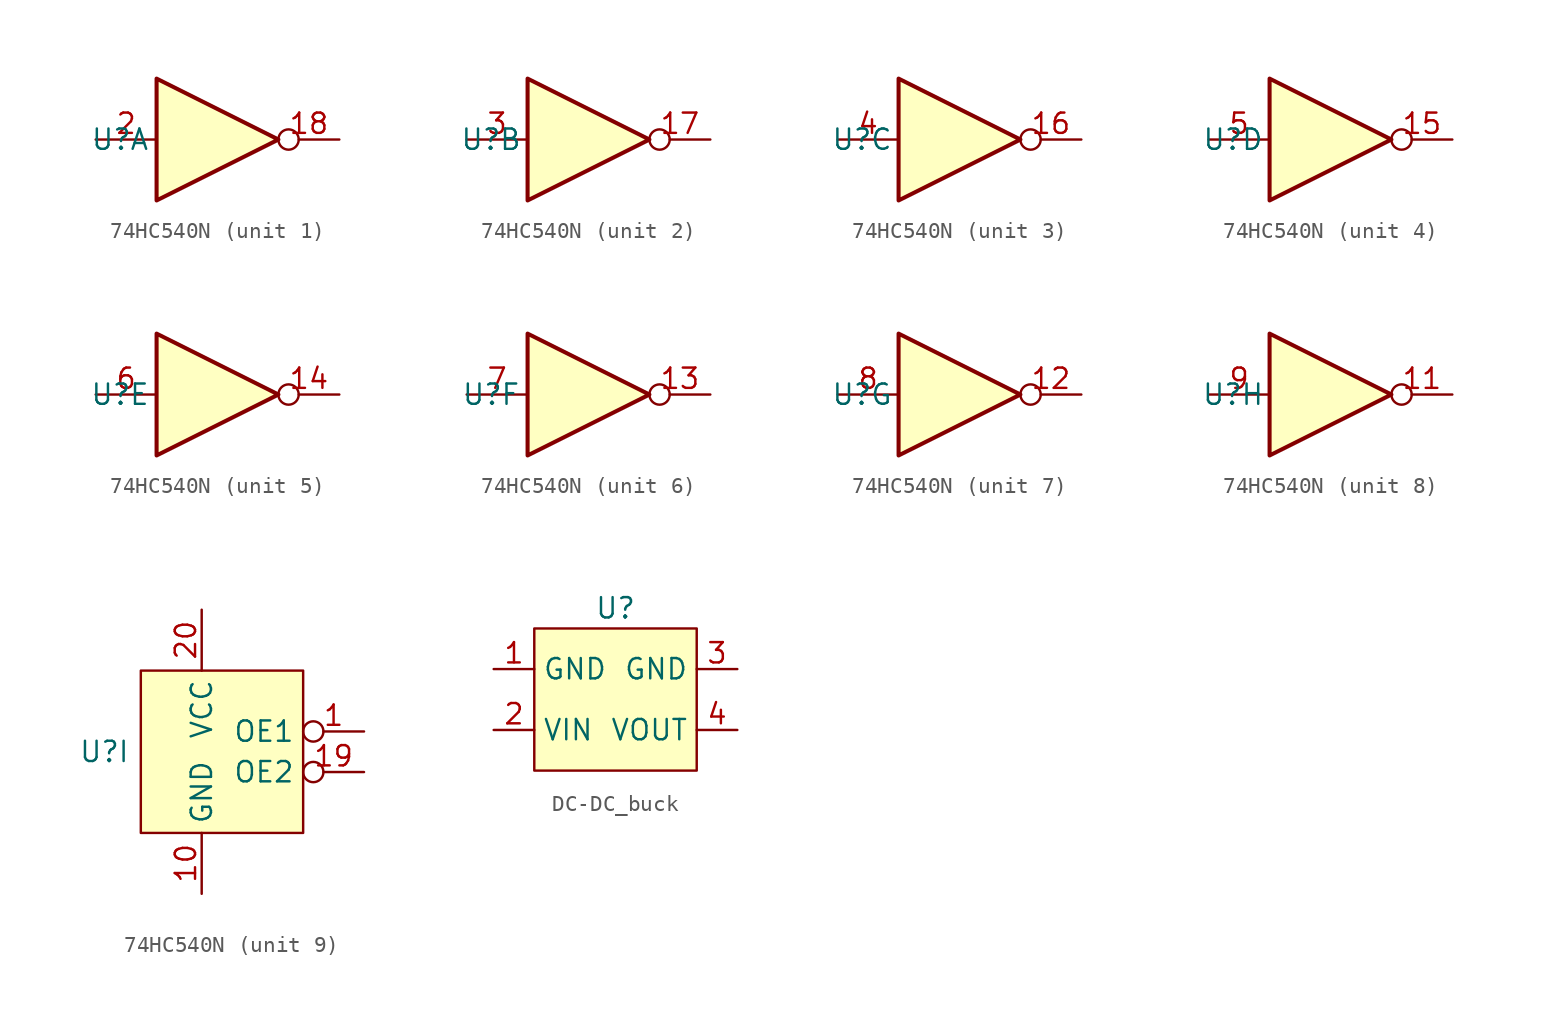
<source format=kicad_sym>
(kicad_symbol_lib
  (version 20241209)
  (generator "kicad_symbol_editor")
  (generator_version "9.0")
  (symbol "74HC540N"
    (property "Reference" "U"
      (at -6.096 0 0)
      (effects (font (size 1.27 1.27))))
    (property "Value" ""
      (at 0 0 0)
      (effects (font (size 1.27 1.27))))
    (property "ki_locked" ""
      (at 0 0 0)
      (effects (font (size 1.27 1.27))))
    (symbol "74HC540N_1_0"
      (polyline (pts (xy -3.81 3.81) (xy -3.81 -3.81) (xy 3.81 0) (xy -3.81 3.81)) (stroke (width 0.254) (type default)) (fill (type background)))
      (pin input line (at -7.62 0 0) (length 3.81) (name "~" (effects (font (size 1.27 1.27)))) (number "2" (effects (font (size 1.27 1.27)))))
      (pin tri_state inverted (at 7.62 0 180) (length 3.81) (name "~" (effects (font (size 1.27 1.27)))) (number "18" (effects (font (size 1.27 1.27))))))
    (symbol "74HC540N_2_0"
      (polyline (pts (xy -3.81 3.81) (xy -3.81 -3.81) (xy 3.81 0) (xy -3.81 3.81)) (stroke (width 0.254) (type default)) (fill (type background)))
      (pin input line (at -7.62 0 0) (length 3.81) (name "~" (effects (font (size 1.27 1.27)))) (number "3" (effects (font (size 1.27 1.27)))))
      (pin tri_state inverted (at 7.62 0 180) (length 3.81) (name "~" (effects (font (size 1.27 1.27)))) (number "17" (effects (font (size 1.27 1.27))))))
    (symbol "74HC540N_3_0"
      (polyline (pts (xy -3.81 3.81) (xy -3.81 -3.81) (xy 3.81 0) (xy -3.81 3.81)) (stroke (width 0.254) (type default)) (fill (type background)))
      (pin input line (at -7.62 0 0) (length 3.81) (name "~" (effects (font (size 1.27 1.27)))) (number "4" (effects (font (size 1.27 1.27)))))
      (pin tri_state inverted (at 7.62 0 180) (length 3.81) (name "" (effects (font (size 1.27 1.27)))) (number "16" (effects (font (size 1.27 1.27))))))
    (symbol "74HC540N_4_0"
      (polyline (pts (xy -3.81 3.81) (xy -3.81 -3.81) (xy 3.81 0) (xy -3.81 3.81)) (stroke (width 0.254) (type default)) (fill (type background)))
      (pin input line (at -7.62 0 0) (length 3.81) (name "~" (effects (font (size 1.27 1.27)))) (number "5" (effects (font (size 1.27 1.27)))))
      (pin tri_state inverted (at 7.62 0 180) (length 3.81) (name "~" (effects (font (size 1.27 1.27)))) (number "15" (effects (font (size 1.27 1.27))))))
    (symbol "74HC540N_5_0"
      (polyline (pts (xy -3.81 3.81) (xy -3.81 -3.81) (xy 3.81 0) (xy -3.81 3.81)) (stroke (width 0.254) (type default)) (fill (type background)))
      (pin input line (at -7.62 0 0) (length 3.81) (name "~" (effects (font (size 1.27 1.27)))) (number "6" (effects (font (size 1.27 1.27)))))
      (pin tri_state inverted (at 7.62 0 180) (length 3.81) (name "" (effects (font (size 1.27 1.27)))) (number "14" (effects (font (size 1.27 1.27))))))
    (symbol "74HC540N_6_0"
      (polyline (pts (xy -3.81 3.81) (xy -3.81 -3.81) (xy 3.81 0) (xy -3.81 3.81)) (stroke (width 0.254) (type default)) (fill (type background)))
      (pin input line (at -7.62 0 0) (length 3.81) (name "~" (effects (font (size 1.27 1.27)))) (number "7" (effects (font (size 1.27 1.27)))))
      (pin tri_state inverted (at 7.62 0 180) (length 3.81) (name "~" (effects (font (size 1.27 1.27)))) (number "13" (effects (font (size 1.27 1.27))))))
    (symbol "74HC540N_7_0"
      (polyline (pts (xy -3.81 3.81) (xy -3.81 -3.81) (xy 3.81 0) (xy -3.81 3.81)) (stroke (width 0.254) (type default)) (fill (type background)))
      (pin input line (at -7.62 0 0) (length 3.81) (name "~" (effects (font (size 1.27 1.27)))) (number "8" (effects (font (size 1.27 1.27)))))
      (pin tri_state inverted (at 7.62 0 180) (length 3.81) (name "~" (effects (font (size 1.27 1.27)))) (number "12" (effects (font (size 1.27 1.27))))))
    (symbol "74HC540N_8_0"
      (polyline (pts (xy -3.81 3.81) (xy -3.81 -3.81) (xy 3.81 0) (xy -3.81 3.81)) (stroke (width 0.254) (type default)) (fill (type background)))
      (pin input line (at -7.62 0 0) (length 3.81) (name "~" (effects (font (size 1.27 1.27)))) (number "9" (effects (font (size 1.27 1.27)))))
      (pin tri_state inverted (at 7.62 0 180) (length 3.81) (name "~" (effects (font (size 1.27 1.27)))) (number "11" (effects (font (size 1.27 1.27))))))
    (symbol "74HC540N_9_0"
      (pin power_in line (at 0 8.89 270) (length 3.81) (name "VCC" (effects (font (size 1.27 1.27)))) (number "20" (effects (font (size 1.27 1.27)))))
      (pin power_in line (at 0 -8.89 90) (length 3.81) (name "GND" (effects (font (size 1.27 1.27)))) (number "10" (effects (font (size 1.27 1.27)))))
      (pin input inverted (at 10.16 1.27 180) (length 3.81) (name "OE1" (effects (font (size 1.27 1.27)))) (number "1" (effects (font (size 1.27 1.27)))))
      (pin input inverted (at 10.16 -1.27 180) (length 3.81) (name "OE2" (effects (font (size 1.27 1.27)))) (number "19" (effects (font (size 1.27 1.27))))))
    (symbol "74HC540N_9_1"
      (rectangle (start -3.81 5.08) (end 6.35 -5.08) (stroke (width 0) (type solid)) (fill (type background)))))
  (symbol "DC-DC_buck"
    (property "Reference" "U"
      (at 0 0 0)
      (effects (font (size 1.27 1.27))))
    (property "Value" ""
      (at 0 0 0)
      (effects (font (size 1.27 1.27))))
    (symbol "DC-DC_buck_1_1"
      (rectangle (start -5.08 -1.27) (end 5.08 -10.16) (stroke (width 0) (type default)) (fill (type background)))
      (pin power_in line (at -7.62 -3.81 0) (length 2.54) (name "GND" (effects (font (size 1.27 1.27)))) (number "1" (effects (font (size 1.27 1.27)))))
      (pin power_in line (at -7.62 -7.62 0) (length 2.54) (name "VIN" (effects (font (size 1.27 1.27)))) (number "2" (effects (font (size 1.27 1.27)))))
      (pin power_out line (at 7.62 -3.81 180) (length 2.54) (name "GND" (effects (font (size 1.27 1.27)))) (number "3" (effects (font (size 1.27 1.27)))))
      (pin power_out line (at 7.62 -7.62 180) (length 2.54) (name "VOUT" (effects (font (size 1.27 1.27)))) (number "4" (effects (font (size 1.27 1.27))))))))
</source>
